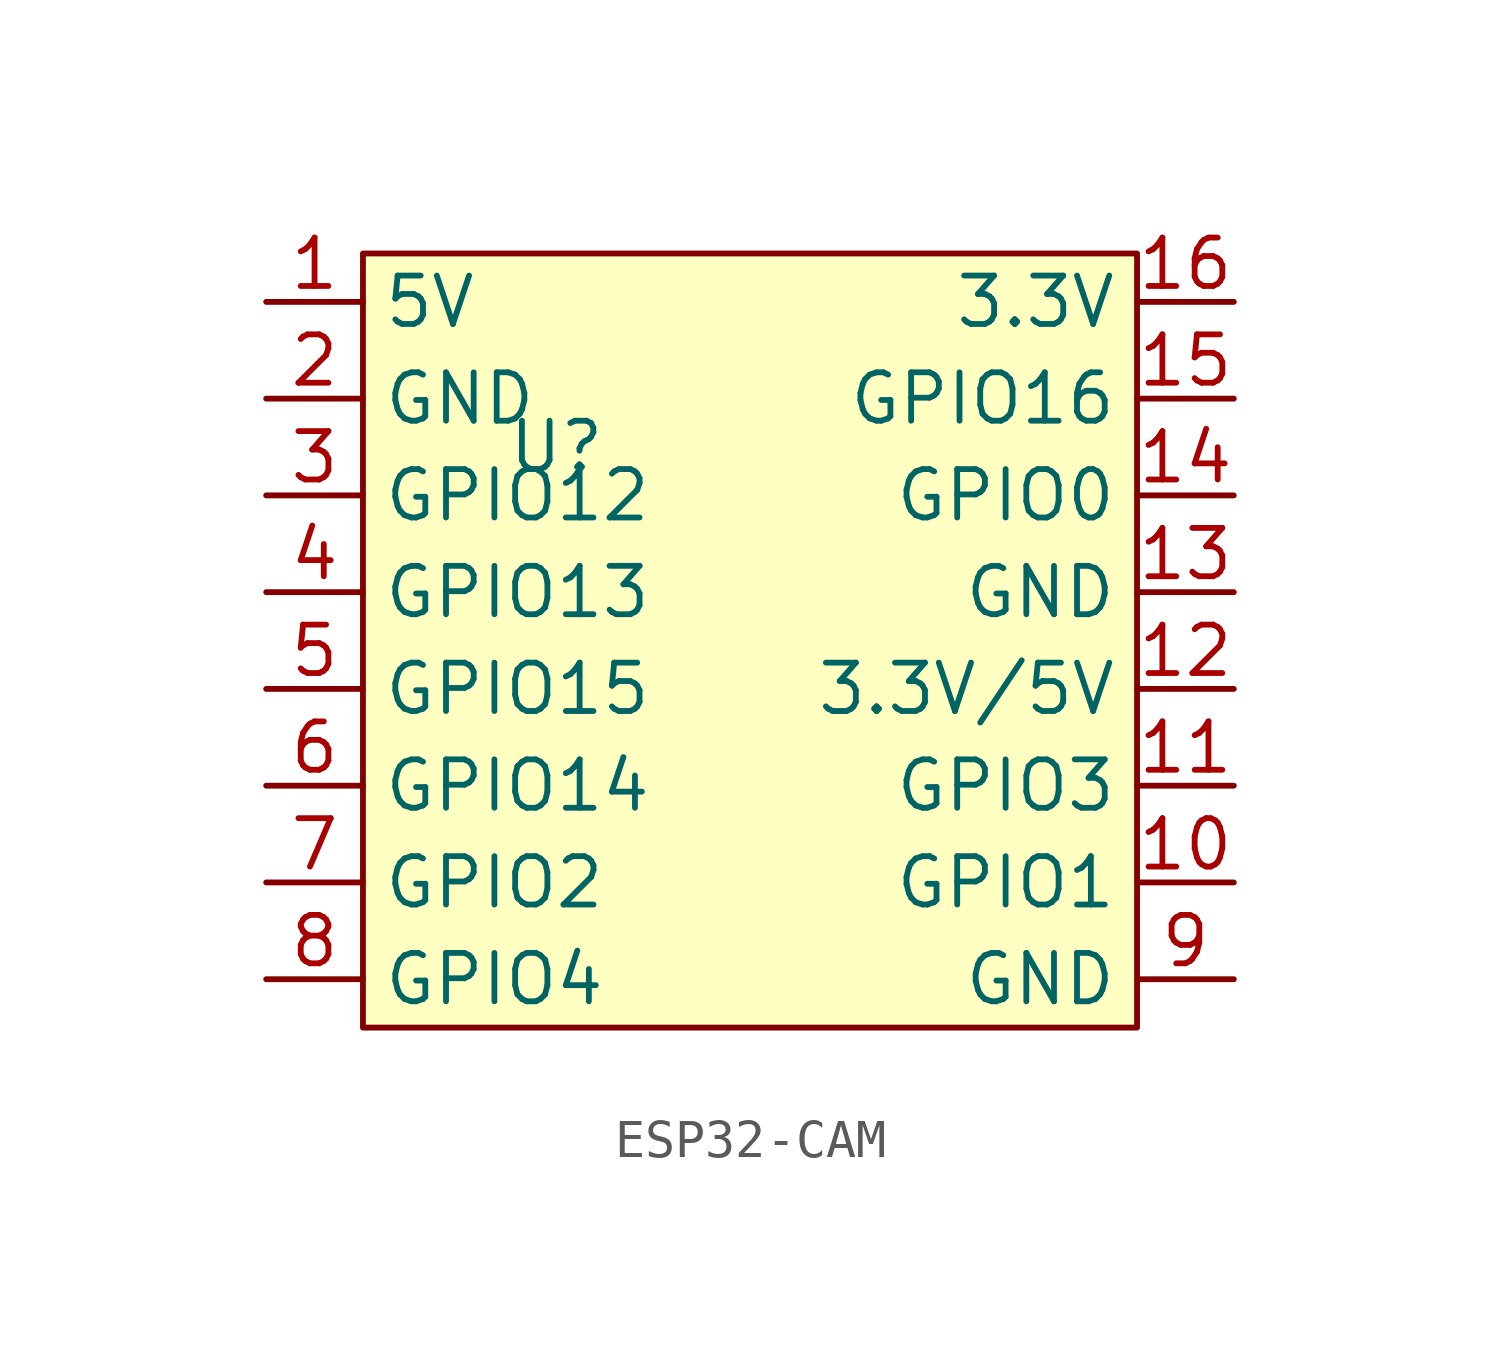
<source format=kicad_sym>
(kicad_symbol_lib
  (version 20231120)
  (generator "kicad_symbol_editor")
  (generator_version "8.0")
  (symbol "ESP32-CAM"
    (property "Reference" "U"
      (at -5.08 3.81 0)
      (effects (font (size 1.27 1.27))))
    (property "Value" ""
      (at -5.08 3.81 0)
      (effects (font (size 1.27 1.27))))
    (symbol "ESP32-CAM_1_1"
      (rectangle (start -10.16 8.89) (end 10.16 -11.43) (stroke (width 0) (type default)) (fill (type background)))
      (pin power_in line (at -12.7 7.62 0) (length 2.54) (name "5V" (effects (font (size 1.27 1.27)))) (number "1" (effects (font (size 1.27 1.27)))))
      (pin bidirectional line (at 12.7 -7.62 180) (length 2.54) (name "GPIO1" (effects (font (size 1.27 1.27)))) (number "10" (effects (font (size 1.27 1.27)))))
      (pin bidirectional line (at 12.7 -5.08 180) (length 2.54) (name "GPIO3" (effects (font (size 1.27 1.27)))) (number "11" (effects (font (size 1.27 1.27)))))
      (pin power_out line (at 12.7 -2.54 180) (length 2.54) (name "3.3V/5V" (effects (font (size 1.27 1.27)))) (number "12" (effects (font (size 1.27 1.27)))))
      (pin power_out line (at 12.7 0 180) (length 2.54) (name "GND" (effects (font (size 1.27 1.27)))) (number "13" (effects (font (size 1.27 1.27)))))
      (pin bidirectional line (at 12.7 2.54 180) (length 2.54) (name "GPIO0" (effects (font (size 1.27 1.27)))) (number "14" (effects (font (size 1.27 1.27)))))
      (pin bidirectional line (at 12.7 5.08 180) (length 2.54) (name "GPIO16" (effects (font (size 1.27 1.27)))) (number "15" (effects (font (size 1.27 1.27)))))
      (pin power_in line (at 12.7 7.62 180) (length 2.54) (name "3.3V" (effects (font (size 1.27 1.27)))) (number "16" (effects (font (size 1.27 1.27)))))
      (pin power_in line (at -12.7 5.08 0) (length 2.54) (name "GND" (effects (font (size 1.27 1.27)))) (number "2" (effects (font (size 1.27 1.27)))))
      (pin bidirectional line (at -12.7 2.54 0) (length 2.54) (name "GPIO12" (effects (font (size 1.27 1.27)))) (number "3" (effects (font (size 1.27 1.27)))))
      (pin bidirectional line (at -12.7 0 0) (length 2.54) (name "GPIO13" (effects (font (size 1.27 1.27)))) (number "4" (effects (font (size 1.27 1.27)))))
      (pin bidirectional line (at -12.7 -2.54 0) (length 2.54) (name "GPIO15" (effects (font (size 1.27 1.27)))) (number "5" (effects (font (size 1.27 1.27)))))
      (pin bidirectional line (at -12.7 -5.08 0) (length 2.54) (name "GPIO14" (effects (font (size 1.27 1.27)))) (number "6" (effects (font (size 1.27 1.27)))))
      (pin bidirectional line (at -12.7 -7.62 0) (length 2.54) (name "GPIO2" (effects (font (size 1.27 1.27)))) (number "7" (effects (font (size 1.27 1.27)))))
      (pin bidirectional line (at -12.7 -10.16 0) (length 2.54) (name "GPIO4" (effects (font (size 1.27 1.27)))) (number "8" (effects (font (size 1.27 1.27)))))
      (pin power_out line (at 12.7 -10.16 180) (length 2.54) (name "GND" (effects (font (size 1.27 1.27)))) (number "9" (effects (font (size 1.27 1.27))))))))
</source>
